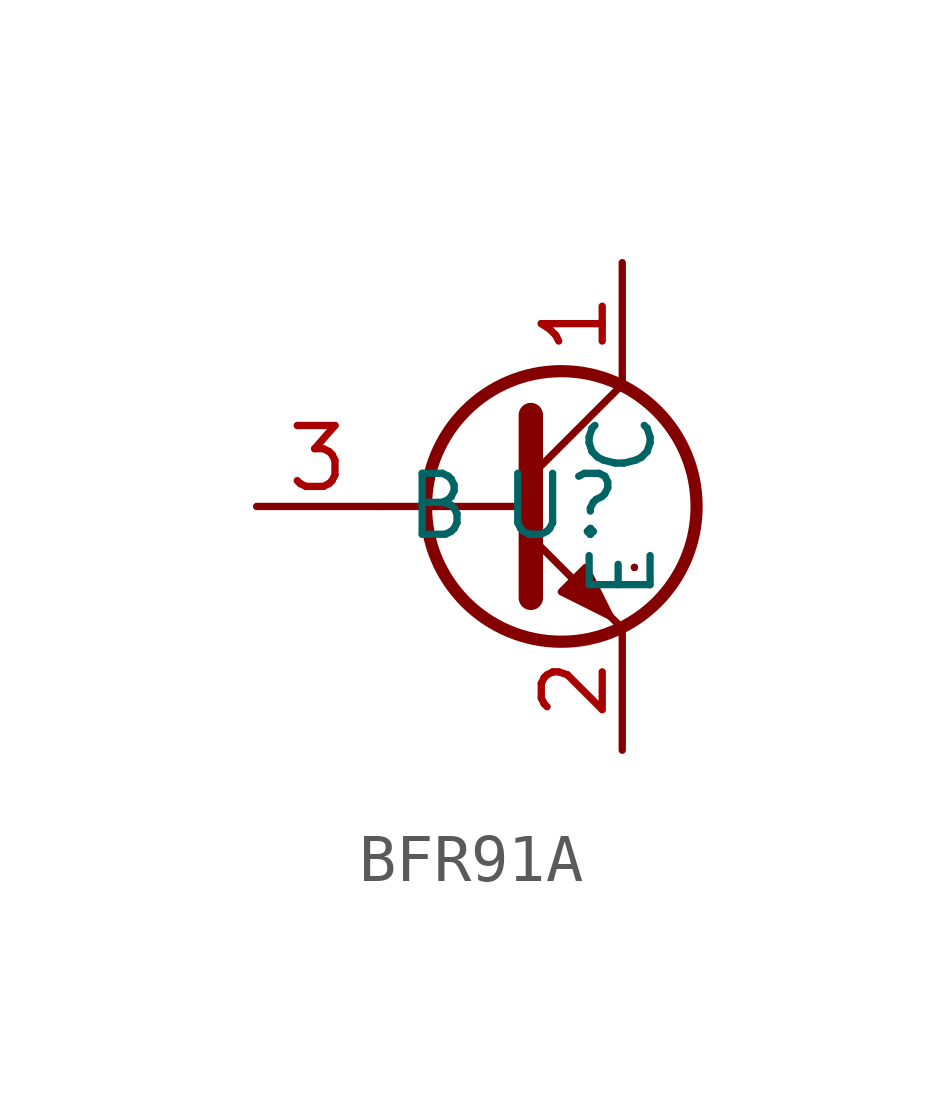
<source format=kicad_sym>
(kicad_symbol_lib
  (version 20231120)
  (generator "kicad_symbol_editor")
  (generator_version "8.0")
  (symbol "BFR91A"
    (property "Reference" "U"
      (at 0 0 0)
      (effects (font (size 1.27 1.27))))
    (property "Value" ""
      (at 0 0 0)
      (effects (font (size 1.27 1.27))))
    (symbol "BFR91A_0_1"
      (polyline (pts (xy -3.81 0) (xy -0.635 0)) (stroke (width 0.152) (type default)) (fill (type none)))
      (polyline (pts (xy -0.635 0.635) (xy 1.27 2.54)) (stroke (width 0) (type default)) (fill (type none)))
      (polyline (pts (xy 1.524 -1.27) (xy 1.524 -1.27)) (stroke (width 0.152) (type default)) (fill (type none)))
      (polyline (pts (xy 1.524 -1.27) (xy 1.524 -1.27)) (stroke (width 0.152) (type default)) (fill (type none)))
      (polyline (pts (xy -0.635 -0.635) (xy 1.27 -2.54) (xy 1.27 -2.54)) (stroke (width 0) (type default)) (fill (type none)))
      (polyline (pts (xy -0.635 1.905) (xy -0.635 -1.905) (xy -0.635 -1.905)) (stroke (width 0.508) (type default)) (fill (type none)))
      (polyline (pts (xy 0 -1.778) (xy 0.508 -1.27) (xy 1.016 -2.286) (xy 0 -1.778) (xy 0 -1.778)) (stroke (width 0) (type default)) (fill (type outline)))
      (circle (center 0 0) (radius 2.819) (stroke (width 0.254) (type default)) (fill (type none))))
    (symbol "BFR91A_1_1"
      (pin open_collector line (at 1.27 5.08 270) (length 2.54) (name "C" (effects (font (size 1.27 1.27)))) (number "1" (effects (font (size 1.27 1.27)))))
      (pin open_emitter line (at 1.27 -5.08 90) (length 2.54) (name "E" (effects (font (size 1.27 1.27)))) (number "2" (effects (font (size 1.27 1.27)))))
      (pin input line (at -6.35 0 0) (length 2.54) (name "B" (effects (font (size 1.27 1.27)))) (number "3" (effects (font (size 1.27 1.27))))))))
</source>
